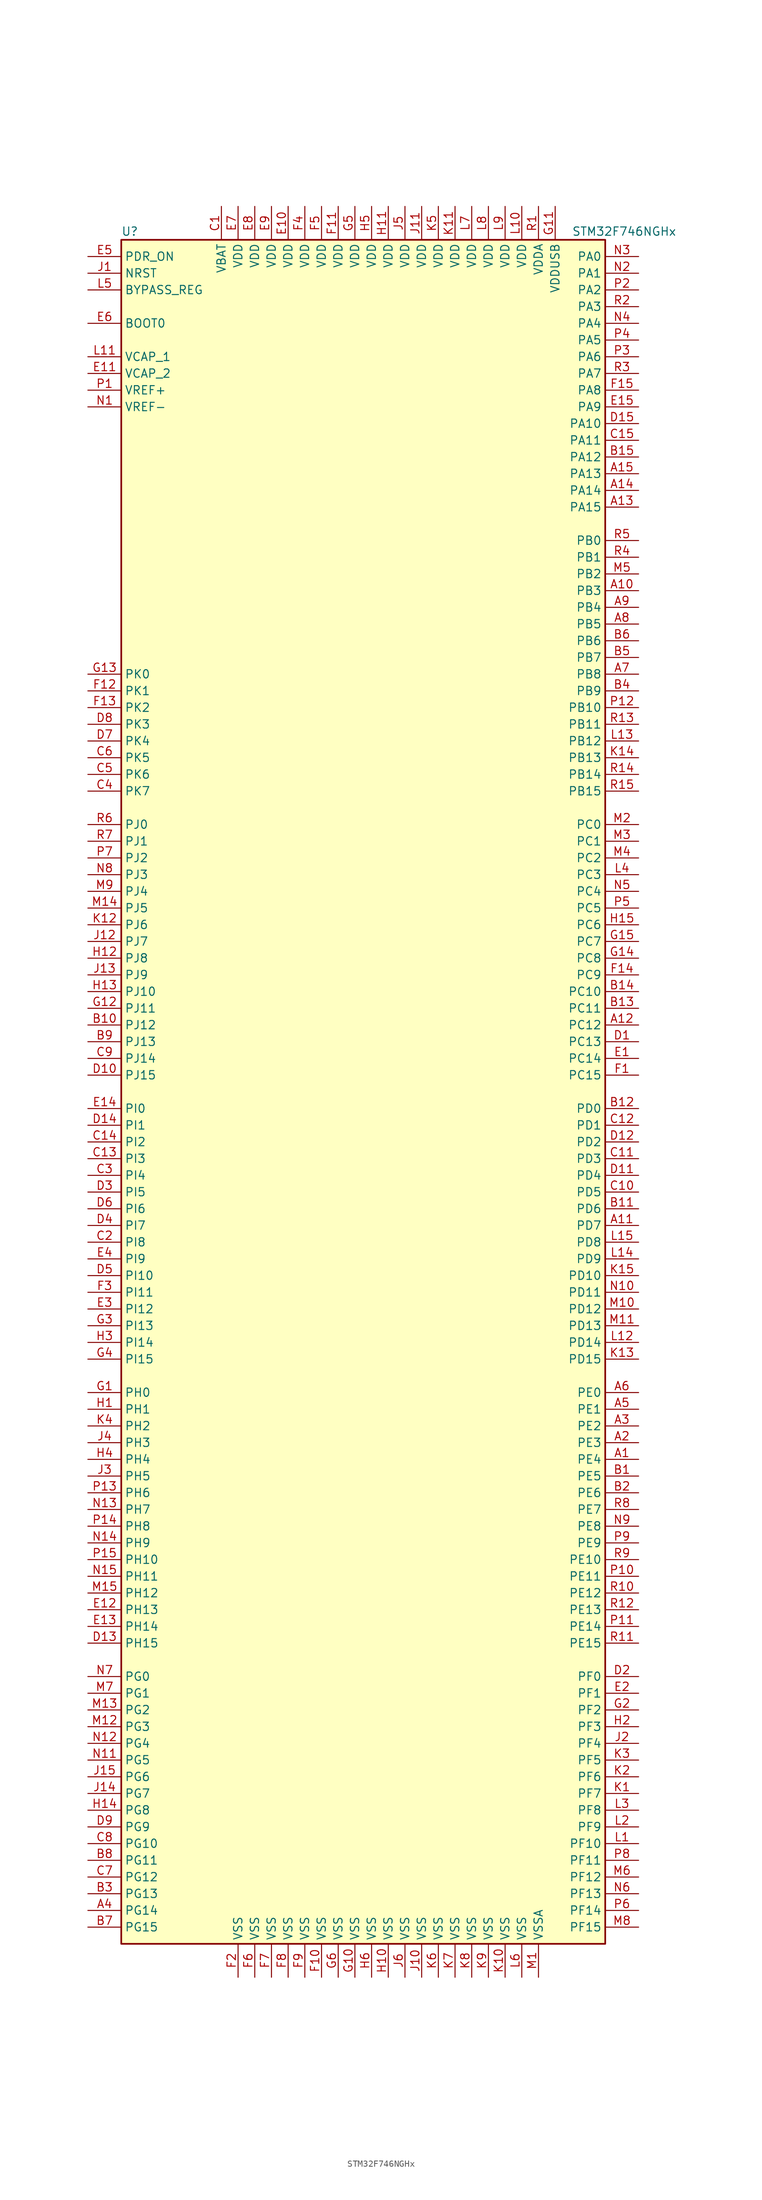
<source format=kicad_sym>
(kicad_symbol_lib
  (version 20211014)
  (generator kicad_symbol_editor)
  (symbol "STM32F746NGHx"
    (property "Reference" "U"
      (at -38.1 130.81 0)
      (effects (font (size 1.27 1.27)) (justify left)))
    (property "Value" "STM32F746NGHx"
      (at 30.48 130.81 0)
      (effects (font (size 1.27 1.27)) (justify left)))
    (symbol "STM32F746NGHx_0_1"
      (rectangle (start -38.1 -129.54) (end 35.56 129.54) (stroke (width 0.254) (type default) (color 0 0 0 0)) (fill (type background))))
    (symbol "STM32F746NGHx_1_1"
      (pin bidirectional line (at 40.64 -55.88 180) (length 5.08) (name "PE4" (effects (font (size 1.27 1.27)))) (number "A1" (effects (font (size 1.27 1.27)))))
      (pin bidirectional line (at 40.64 76.2 180) (length 5.08) (name "PB3" (effects (font (size 1.27 1.27)))) (number "A10" (effects (font (size 1.27 1.27)))))
      (pin bidirectional line (at 40.64 -20.32 180) (length 5.08) (name "PD7" (effects (font (size 1.27 1.27)))) (number "A11" (effects (font (size 1.27 1.27)))))
      (pin bidirectional line (at 40.64 10.16 180) (length 5.08) (name "PC12" (effects (font (size 1.27 1.27)))) (number "A12" (effects (font (size 1.27 1.27)))))
      (pin bidirectional line (at 40.64 88.9 180) (length 5.08) (name "PA15" (effects (font (size 1.27 1.27)))) (number "A13" (effects (font (size 1.27 1.27)))))
      (pin bidirectional line (at 40.64 91.44 180) (length 5.08) (name "PA14" (effects (font (size 1.27 1.27)))) (number "A14" (effects (font (size 1.27 1.27)))))
      (pin bidirectional line (at 40.64 93.98 180) (length 5.08) (name "PA13" (effects (font (size 1.27 1.27)))) (number "A15" (effects (font (size 1.27 1.27)))))
      (pin bidirectional line (at 40.64 -53.34 180) (length 5.08) (name "PE3" (effects (font (size 1.27 1.27)))) (number "A2" (effects (font (size 1.27 1.27)))))
      (pin bidirectional line (at 40.64 -50.8 180) (length 5.08) (name "PE2" (effects (font (size 1.27 1.27)))) (number "A3" (effects (font (size 1.27 1.27)))))
      (pin bidirectional line (at -43.18 -124.46 0) (length 5.08) (name "PG14" (effects (font (size 1.27 1.27)))) (number "A4" (effects (font (size 1.27 1.27)))))
      (pin bidirectional line (at 40.64 -48.26 180) (length 5.08) (name "PE1" (effects (font (size 1.27 1.27)))) (number "A5" (effects (font (size 1.27 1.27)))))
      (pin bidirectional line (at 40.64 -45.72 180) (length 5.08) (name "PE0" (effects (font (size 1.27 1.27)))) (number "A6" (effects (font (size 1.27 1.27)))))
      (pin bidirectional line (at 40.64 63.5 180) (length 5.08) (name "PB8" (effects (font (size 1.27 1.27)))) (number "A7" (effects (font (size 1.27 1.27)))))
      (pin bidirectional line (at 40.64 71.12 180) (length 5.08) (name "PB5" (effects (font (size 1.27 1.27)))) (number "A8" (effects (font (size 1.27 1.27)))))
      (pin bidirectional line (at 40.64 73.66 180) (length 5.08) (name "PB4" (effects (font (size 1.27 1.27)))) (number "A9" (effects (font (size 1.27 1.27)))))
      (pin bidirectional line (at 40.64 -58.42 180) (length 5.08) (name "PE5" (effects (font (size 1.27 1.27)))) (number "B1" (effects (font (size 1.27 1.27)))))
      (pin bidirectional line (at -43.18 10.16 0) (length 5.08) (name "PJ12" (effects (font (size 1.27 1.27)))) (number "B10" (effects (font (size 1.27 1.27)))))
      (pin bidirectional line (at 40.64 -17.78 180) (length 5.08) (name "PD6" (effects (font (size 1.27 1.27)))) (number "B11" (effects (font (size 1.27 1.27)))))
      (pin bidirectional line (at 40.64 -2.54 180) (length 5.08) (name "PD0" (effects (font (size 1.27 1.27)))) (number "B12" (effects (font (size 1.27 1.27)))))
      (pin bidirectional line (at 40.64 12.7 180) (length 5.08) (name "PC11" (effects (font (size 1.27 1.27)))) (number "B13" (effects (font (size 1.27 1.27)))))
      (pin bidirectional line (at 40.64 15.24 180) (length 5.08) (name "PC10" (effects (font (size 1.27 1.27)))) (number "B14" (effects (font (size 1.27 1.27)))))
      (pin bidirectional line (at 40.64 96.52 180) (length 5.08) (name "PA12" (effects (font (size 1.27 1.27)))) (number "B15" (effects (font (size 1.27 1.27)))))
      (pin bidirectional line (at 40.64 -60.96 180) (length 5.08) (name "PE6" (effects (font (size 1.27 1.27)))) (number "B2" (effects (font (size 1.27 1.27)))))
      (pin bidirectional line (at -43.18 -121.92 0) (length 5.08) (name "PG13" (effects (font (size 1.27 1.27)))) (number "B3" (effects (font (size 1.27 1.27)))))
      (pin bidirectional line (at 40.64 60.96 180) (length 5.08) (name "PB9" (effects (font (size 1.27 1.27)))) (number "B4" (effects (font (size 1.27 1.27)))))
      (pin bidirectional line (at 40.64 66.04 180) (length 5.08) (name "PB7" (effects (font (size 1.27 1.27)))) (number "B5" (effects (font (size 1.27 1.27)))))
      (pin bidirectional line (at 40.64 68.58 180) (length 5.08) (name "PB6" (effects (font (size 1.27 1.27)))) (number "B6" (effects (font (size 1.27 1.27)))))
      (pin bidirectional line (at -43.18 -127 0) (length 5.08) (name "PG15" (effects (font (size 1.27 1.27)))) (number "B7" (effects (font (size 1.27 1.27)))))
      (pin bidirectional line (at -43.18 -116.84 0) (length 5.08) (name "PG11" (effects (font (size 1.27 1.27)))) (number "B8" (effects (font (size 1.27 1.27)))))
      (pin bidirectional line (at -43.18 7.62 0) (length 5.08) (name "PJ13" (effects (font (size 1.27 1.27)))) (number "B9" (effects (font (size 1.27 1.27)))))
      (pin power_in line (at -22.86 134.62 270) (length 5.08) (name "VBAT" (effects (font (size 1.27 1.27)))) (number "C1" (effects (font (size 1.27 1.27)))))
      (pin bidirectional line (at 40.64 -15.24 180) (length 5.08) (name "PD5" (effects (font (size 1.27 1.27)))) (number "C10" (effects (font (size 1.27 1.27)))))
      (pin bidirectional line (at 40.64 -10.16 180) (length 5.08) (name "PD3" (effects (font (size 1.27 1.27)))) (number "C11" (effects (font (size 1.27 1.27)))))
      (pin bidirectional line (at 40.64 -5.08 180) (length 5.08) (name "PD1" (effects (font (size 1.27 1.27)))) (number "C12" (effects (font (size 1.27 1.27)))))
      (pin bidirectional line (at -43.18 -10.16 0) (length 5.08) (name "PI3" (effects (font (size 1.27 1.27)))) (number "C13" (effects (font (size 1.27 1.27)))))
      (pin bidirectional line (at -43.18 -7.62 0) (length 5.08) (name "PI2" (effects (font (size 1.27 1.27)))) (number "C14" (effects (font (size 1.27 1.27)))))
      (pin bidirectional line (at 40.64 99.06 180) (length 5.08) (name "PA11" (effects (font (size 1.27 1.27)))) (number "C15" (effects (font (size 1.27 1.27)))))
      (pin bidirectional line (at -43.18 -22.86 0) (length 5.08) (name "PI8" (effects (font (size 1.27 1.27)))) (number "C2" (effects (font (size 1.27 1.27)))))
      (pin bidirectional line (at -43.18 -12.7 0) (length 5.08) (name "PI4" (effects (font (size 1.27 1.27)))) (number "C3" (effects (font (size 1.27 1.27)))))
      (pin bidirectional line (at -43.18 45.72 0) (length 5.08) (name "PK7" (effects (font (size 1.27 1.27)))) (number "C4" (effects (font (size 1.27 1.27)))))
      (pin bidirectional line (at -43.18 48.26 0) (length 5.08) (name "PK6" (effects (font (size 1.27 1.27)))) (number "C5" (effects (font (size 1.27 1.27)))))
      (pin bidirectional line (at -43.18 50.8 0) (length 5.08) (name "PK5" (effects (font (size 1.27 1.27)))) (number "C6" (effects (font (size 1.27 1.27)))))
      (pin bidirectional line (at -43.18 -119.38 0) (length 5.08) (name "PG12" (effects (font (size 1.27 1.27)))) (number "C7" (effects (font (size 1.27 1.27)))))
      (pin bidirectional line (at -43.18 -114.3 0) (length 5.08) (name "PG10" (effects (font (size 1.27 1.27)))) (number "C8" (effects (font (size 1.27 1.27)))))
      (pin bidirectional line (at -43.18 5.08 0) (length 5.08) (name "PJ14" (effects (font (size 1.27 1.27)))) (number "C9" (effects (font (size 1.27 1.27)))))
      (pin bidirectional line (at 40.64 7.62 180) (length 5.08) (name "PC13" (effects (font (size 1.27 1.27)))) (number "D1" (effects (font (size 1.27 1.27)))))
      (pin bidirectional line (at -43.18 2.54 0) (length 5.08) (name "PJ15" (effects (font (size 1.27 1.27)))) (number "D10" (effects (font (size 1.27 1.27)))))
      (pin bidirectional line (at 40.64 -12.7 180) (length 5.08) (name "PD4" (effects (font (size 1.27 1.27)))) (number "D11" (effects (font (size 1.27 1.27)))))
      (pin bidirectional line (at 40.64 -7.62 180) (length 5.08) (name "PD2" (effects (font (size 1.27 1.27)))) (number "D12" (effects (font (size 1.27 1.27)))))
      (pin bidirectional line (at -43.18 -83.82 0) (length 5.08) (name "PH15" (effects (font (size 1.27 1.27)))) (number "D13" (effects (font (size 1.27 1.27)))))
      (pin bidirectional line (at -43.18 -5.08 0) (length 5.08) (name "PI1" (effects (font (size 1.27 1.27)))) (number "D14" (effects (font (size 1.27 1.27)))))
      (pin bidirectional line (at 40.64 101.6 180) (length 5.08) (name "PA10" (effects (font (size 1.27 1.27)))) (number "D15" (effects (font (size 1.27 1.27)))))
      (pin bidirectional line (at 40.64 -88.9 180) (length 5.08) (name "PF0" (effects (font (size 1.27 1.27)))) (number "D2" (effects (font (size 1.27 1.27)))))
      (pin bidirectional line (at -43.18 -15.24 0) (length 5.08) (name "PI5" (effects (font (size 1.27 1.27)))) (number "D3" (effects (font (size 1.27 1.27)))))
      (pin bidirectional line (at -43.18 -20.32 0) (length 5.08) (name "PI7" (effects (font (size 1.27 1.27)))) (number "D4" (effects (font (size 1.27 1.27)))))
      (pin bidirectional line (at -43.18 -27.94 0) (length 5.08) (name "PI10" (effects (font (size 1.27 1.27)))) (number "D5" (effects (font (size 1.27 1.27)))))
      (pin bidirectional line (at -43.18 -17.78 0) (length 5.08) (name "PI6" (effects (font (size 1.27 1.27)))) (number "D6" (effects (font (size 1.27 1.27)))))
      (pin bidirectional line (at -43.18 53.34 0) (length 5.08) (name "PK4" (effects (font (size 1.27 1.27)))) (number "D7" (effects (font (size 1.27 1.27)))))
      (pin bidirectional line (at -43.18 55.88 0) (length 5.08) (name "PK3" (effects (font (size 1.27 1.27)))) (number "D8" (effects (font (size 1.27 1.27)))))
      (pin bidirectional line (at -43.18 -111.76 0) (length 5.08) (name "PG9" (effects (font (size 1.27 1.27)))) (number "D9" (effects (font (size 1.27 1.27)))))
      (pin bidirectional line (at 40.64 5.08 180) (length 5.08) (name "PC14" (effects (font (size 1.27 1.27)))) (number "E1" (effects (font (size 1.27 1.27)))))
      (pin power_in line (at -12.7 134.62 270) (length 5.08) (name "VDD" (effects (font (size 1.27 1.27)))) (number "E10" (effects (font (size 1.27 1.27)))))
      (pin power_in line (at -43.18 109.22 0) (length 5.08) (name "VCAP_2" (effects (font (size 1.27 1.27)))) (number "E11" (effects (font (size 1.27 1.27)))))
      (pin bidirectional line (at -43.18 -78.74 0) (length 5.08) (name "PH13" (effects (font (size 1.27 1.27)))) (number "E12" (effects (font (size 1.27 1.27)))))
      (pin bidirectional line (at -43.18 -81.28 0) (length 5.08) (name "PH14" (effects (font (size 1.27 1.27)))) (number "E13" (effects (font (size 1.27 1.27)))))
      (pin bidirectional line (at -43.18 -2.54 0) (length 5.08) (name "PI0" (effects (font (size 1.27 1.27)))) (number "E14" (effects (font (size 1.27 1.27)))))
      (pin bidirectional line (at 40.64 104.14 180) (length 5.08) (name "PA9" (effects (font (size 1.27 1.27)))) (number "E15" (effects (font (size 1.27 1.27)))))
      (pin bidirectional line (at 40.64 -91.44 180) (length 5.08) (name "PF1" (effects (font (size 1.27 1.27)))) (number "E2" (effects (font (size 1.27 1.27)))))
      (pin bidirectional line (at -43.18 -33.02 0) (length 5.08) (name "PI12" (effects (font (size 1.27 1.27)))) (number "E3" (effects (font (size 1.27 1.27)))))
      (pin bidirectional line (at -43.18 -25.4 0) (length 5.08) (name "PI9" (effects (font (size 1.27 1.27)))) (number "E4" (effects (font (size 1.27 1.27)))))
      (pin input line (at -43.18 127 0) (length 5.08) (name "PDR_ON" (effects (font (size 1.27 1.27)))) (number "E5" (effects (font (size 1.27 1.27)))))
      (pin input line (at -43.18 116.84 0) (length 5.08) (name "BOOT0" (effects (font (size 1.27 1.27)))) (number "E6" (effects (font (size 1.27 1.27)))))
      (pin power_in line (at -20.32 134.62 270) (length 5.08) (name "VDD" (effects (font (size 1.27 1.27)))) (number "E7" (effects (font (size 1.27 1.27)))))
      (pin power_in line (at -17.78 134.62 270) (length 5.08) (name "VDD" (effects (font (size 1.27 1.27)))) (number "E8" (effects (font (size 1.27 1.27)))))
      (pin power_in line (at -15.24 134.62 270) (length 5.08) (name "VDD" (effects (font (size 1.27 1.27)))) (number "E9" (effects (font (size 1.27 1.27)))))
      (pin bidirectional line (at 40.64 2.54 180) (length 5.08) (name "PC15" (effects (font (size 1.27 1.27)))) (number "F1" (effects (font (size 1.27 1.27)))))
      (pin power_in line (at -7.62 -134.62 90) (length 5.08) (name "VSS" (effects (font (size 1.27 1.27)))) (number "F10" (effects (font (size 1.27 1.27)))))
      (pin power_in line (at -5.08 134.62 270) (length 5.08) (name "VDD" (effects (font (size 1.27 1.27)))) (number "F11" (effects (font (size 1.27 1.27)))))
      (pin bidirectional line (at -43.18 60.96 0) (length 5.08) (name "PK1" (effects (font (size 1.27 1.27)))) (number "F12" (effects (font (size 1.27 1.27)))))
      (pin bidirectional line (at -43.18 58.42 0) (length 5.08) (name "PK2" (effects (font (size 1.27 1.27)))) (number "F13" (effects (font (size 1.27 1.27)))))
      (pin bidirectional line (at 40.64 17.78 180) (length 5.08) (name "PC9" (effects (font (size 1.27 1.27)))) (number "F14" (effects (font (size 1.27 1.27)))))
      (pin bidirectional line (at 40.64 106.68 180) (length 5.08) (name "PA8" (effects (font (size 1.27 1.27)))) (number "F15" (effects (font (size 1.27 1.27)))))
      (pin power_in line (at -20.32 -134.62 90) (length 5.08) (name "VSS" (effects (font (size 1.27 1.27)))) (number "F2" (effects (font (size 1.27 1.27)))))
      (pin bidirectional line (at -43.18 -30.48 0) (length 5.08) (name "PI11" (effects (font (size 1.27 1.27)))) (number "F3" (effects (font (size 1.27 1.27)))))
      (pin power_in line (at -10.16 134.62 270) (length 5.08) (name "VDD" (effects (font (size 1.27 1.27)))) (number "F4" (effects (font (size 1.27 1.27)))))
      (pin power_in line (at -7.62 134.62 270) (length 5.08) (name "VDD" (effects (font (size 1.27 1.27)))) (number "F5" (effects (font (size 1.27 1.27)))))
      (pin power_in line (at -17.78 -134.62 90) (length 5.08) (name "VSS" (effects (font (size 1.27 1.27)))) (number "F6" (effects (font (size 1.27 1.27)))))
      (pin power_in line (at -15.24 -134.62 90) (length 5.08) (name "VSS" (effects (font (size 1.27 1.27)))) (number "F7" (effects (font (size 1.27 1.27)))))
      (pin power_in line (at -12.7 -134.62 90) (length 5.08) (name "VSS" (effects (font (size 1.27 1.27)))) (number "F8" (effects (font (size 1.27 1.27)))))
      (pin power_in line (at -10.16 -134.62 90) (length 5.08) (name "VSS" (effects (font (size 1.27 1.27)))) (number "F9" (effects (font (size 1.27 1.27)))))
      (pin input line (at -43.18 -45.72 0) (length 5.08) (name "PH0" (effects (font (size 1.27 1.27)))) (number "G1" (effects (font (size 1.27 1.27)))))
      (pin power_in line (at -2.54 -134.62 90) (length 5.08) (name "VSS" (effects (font (size 1.27 1.27)))) (number "G10" (effects (font (size 1.27 1.27)))))
      (pin power_in line (at 27.94 134.62 270) (length 5.08) (name "VDDUSB" (effects (font (size 1.27 1.27)))) (number "G11" (effects (font (size 1.27 1.27)))))
      (pin bidirectional line (at -43.18 12.7 0) (length 5.08) (name "PJ11" (effects (font (size 1.27 1.27)))) (number "G12" (effects (font (size 1.27 1.27)))))
      (pin bidirectional line (at -43.18 63.5 0) (length 5.08) (name "PK0" (effects (font (size 1.27 1.27)))) (number "G13" (effects (font (size 1.27 1.27)))))
      (pin bidirectional line (at 40.64 20.32 180) (length 5.08) (name "PC8" (effects (font (size 1.27 1.27)))) (number "G14" (effects (font (size 1.27 1.27)))))
      (pin bidirectional line (at 40.64 22.86 180) (length 5.08) (name "PC7" (effects (font (size 1.27 1.27)))) (number "G15" (effects (font (size 1.27 1.27)))))
      (pin bidirectional line (at 40.64 -93.98 180) (length 5.08) (name "PF2" (effects (font (size 1.27 1.27)))) (number "G2" (effects (font (size 1.27 1.27)))))
      (pin bidirectional line (at -43.18 -35.56 0) (length 5.08) (name "PI13" (effects (font (size 1.27 1.27)))) (number "G3" (effects (font (size 1.27 1.27)))))
      (pin bidirectional line (at -43.18 -40.64 0) (length 5.08) (name "PI15" (effects (font (size 1.27 1.27)))) (number "G4" (effects (font (size 1.27 1.27)))))
      (pin power_in line (at -2.54 134.62 270) (length 5.08) (name "VDD" (effects (font (size 1.27 1.27)))) (number "G5" (effects (font (size 1.27 1.27)))))
      (pin power_in line (at -5.08 -134.62 90) (length 5.08) (name "VSS" (effects (font (size 1.27 1.27)))) (number "G6" (effects (font (size 1.27 1.27)))))
      (pin input line (at -43.18 -48.26 0) (length 5.08) (name "PH1" (effects (font (size 1.27 1.27)))) (number "H1" (effects (font (size 1.27 1.27)))))
      (pin power_in line (at 2.54 -134.62 90) (length 5.08) (name "VSS" (effects (font (size 1.27 1.27)))) (number "H10" (effects (font (size 1.27 1.27)))))
      (pin power_in line (at 2.54 134.62 270) (length 5.08) (name "VDD" (effects (font (size 1.27 1.27)))) (number "H11" (effects (font (size 1.27 1.27)))))
      (pin bidirectional line (at -43.18 20.32 0) (length 5.08) (name "PJ8" (effects (font (size 1.27 1.27)))) (number "H12" (effects (font (size 1.27 1.27)))))
      (pin bidirectional line (at -43.18 15.24 0) (length 5.08) (name "PJ10" (effects (font (size 1.27 1.27)))) (number "H13" (effects (font (size 1.27 1.27)))))
      (pin bidirectional line (at -43.18 -109.22 0) (length 5.08) (name "PG8" (effects (font (size 1.27 1.27)))) (number "H14" (effects (font (size 1.27 1.27)))))
      (pin bidirectional line (at 40.64 25.4 180) (length 5.08) (name "PC6" (effects (font (size 1.27 1.27)))) (number "H15" (effects (font (size 1.27 1.27)))))
      (pin bidirectional line (at 40.64 -96.52 180) (length 5.08) (name "PF3" (effects (font (size 1.27 1.27)))) (number "H2" (effects (font (size 1.27 1.27)))))
      (pin bidirectional line (at -43.18 -38.1 0) (length 5.08) (name "PI14" (effects (font (size 1.27 1.27)))) (number "H3" (effects (font (size 1.27 1.27)))))
      (pin bidirectional line (at -43.18 -55.88 0) (length 5.08) (name "PH4" (effects (font (size 1.27 1.27)))) (number "H4" (effects (font (size 1.27 1.27)))))
      (pin power_in line (at 0 134.62 270) (length 5.08) (name "VDD" (effects (font (size 1.27 1.27)))) (number "H5" (effects (font (size 1.27 1.27)))))
      (pin power_in line (at 0 -134.62 90) (length 5.08) (name "VSS" (effects (font (size 1.27 1.27)))) (number "H6" (effects (font (size 1.27 1.27)))))
      (pin input line (at -43.18 124.46 0) (length 5.08) (name "NRST" (effects (font (size 1.27 1.27)))) (number "J1" (effects (font (size 1.27 1.27)))))
      (pin power_in line (at 7.62 -134.62 90) (length 5.08) (name "VSS" (effects (font (size 1.27 1.27)))) (number "J10" (effects (font (size 1.27 1.27)))))
      (pin power_in line (at 7.62 134.62 270) (length 5.08) (name "VDD" (effects (font (size 1.27 1.27)))) (number "J11" (effects (font (size 1.27 1.27)))))
      (pin bidirectional line (at -43.18 22.86 0) (length 5.08) (name "PJ7" (effects (font (size 1.27 1.27)))) (number "J12" (effects (font (size 1.27 1.27)))))
      (pin bidirectional line (at -43.18 17.78 0) (length 5.08) (name "PJ9" (effects (font (size 1.27 1.27)))) (number "J13" (effects (font (size 1.27 1.27)))))
      (pin bidirectional line (at -43.18 -106.68 0) (length 5.08) (name "PG7" (effects (font (size 1.27 1.27)))) (number "J14" (effects (font (size 1.27 1.27)))))
      (pin bidirectional line (at -43.18 -104.14 0) (length 5.08) (name "PG6" (effects (font (size 1.27 1.27)))) (number "J15" (effects (font (size 1.27 1.27)))))
      (pin bidirectional line (at 40.64 -99.06 180) (length 5.08) (name "PF4" (effects (font (size 1.27 1.27)))) (number "J2" (effects (font (size 1.27 1.27)))))
      (pin bidirectional line (at -43.18 -58.42 0) (length 5.08) (name "PH5" (effects (font (size 1.27 1.27)))) (number "J3" (effects (font (size 1.27 1.27)))))
      (pin bidirectional line (at -43.18 -53.34 0) (length 5.08) (name "PH3" (effects (font (size 1.27 1.27)))) (number "J4" (effects (font (size 1.27 1.27)))))
      (pin power_in line (at 5.08 134.62 270) (length 5.08) (name "VDD" (effects (font (size 1.27 1.27)))) (number "J5" (effects (font (size 1.27 1.27)))))
      (pin power_in line (at 5.08 -134.62 90) (length 5.08) (name "VSS" (effects (font (size 1.27 1.27)))) (number "J6" (effects (font (size 1.27 1.27)))))
      (pin bidirectional line (at 40.64 -106.68 180) (length 5.08) (name "PF7" (effects (font (size 1.27 1.27)))) (number "K1" (effects (font (size 1.27 1.27)))))
      (pin power_in line (at 20.32 -134.62 90) (length 5.08) (name "VSS" (effects (font (size 1.27 1.27)))) (number "K10" (effects (font (size 1.27 1.27)))))
      (pin power_in line (at 12.7 134.62 270) (length 5.08) (name "VDD" (effects (font (size 1.27 1.27)))) (number "K11" (effects (font (size 1.27 1.27)))))
      (pin bidirectional line (at -43.18 25.4 0) (length 5.08) (name "PJ6" (effects (font (size 1.27 1.27)))) (number "K12" (effects (font (size 1.27 1.27)))))
      (pin bidirectional line (at 40.64 -40.64 180) (length 5.08) (name "PD15" (effects (font (size 1.27 1.27)))) (number "K13" (effects (font (size 1.27 1.27)))))
      (pin bidirectional line (at 40.64 50.8 180) (length 5.08) (name "PB13" (effects (font (size 1.27 1.27)))) (number "K14" (effects (font (size 1.27 1.27)))))
      (pin bidirectional line (at 40.64 -27.94 180) (length 5.08) (name "PD10" (effects (font (size 1.27 1.27)))) (number "K15" (effects (font (size 1.27 1.27)))))
      (pin bidirectional line (at 40.64 -104.14 180) (length 5.08) (name "PF6" (effects (font (size 1.27 1.27)))) (number "K2" (effects (font (size 1.27 1.27)))))
      (pin bidirectional line (at 40.64 -101.6 180) (length 5.08) (name "PF5" (effects (font (size 1.27 1.27)))) (number "K3" (effects (font (size 1.27 1.27)))))
      (pin bidirectional line (at -43.18 -50.8 0) (length 5.08) (name "PH2" (effects (font (size 1.27 1.27)))) (number "K4" (effects (font (size 1.27 1.27)))))
      (pin power_in line (at 10.16 134.62 270) (length 5.08) (name "VDD" (effects (font (size 1.27 1.27)))) (number "K5" (effects (font (size 1.27 1.27)))))
      (pin power_in line (at 10.16 -134.62 90) (length 5.08) (name "VSS" (effects (font (size 1.27 1.27)))) (number "K6" (effects (font (size 1.27 1.27)))))
      (pin power_in line (at 12.7 -134.62 90) (length 5.08) (name "VSS" (effects (font (size 1.27 1.27)))) (number "K7" (effects (font (size 1.27 1.27)))))
      (pin power_in line (at 15.24 -134.62 90) (length 5.08) (name "VSS" (effects (font (size 1.27 1.27)))) (number "K8" (effects (font (size 1.27 1.27)))))
      (pin power_in line (at 17.78 -134.62 90) (length 5.08) (name "VSS" (effects (font (size 1.27 1.27)))) (number "K9" (effects (font (size 1.27 1.27)))))
      (pin bidirectional line (at 40.64 -114.3 180) (length 5.08) (name "PF10" (effects (font (size 1.27 1.27)))) (number "L1" (effects (font (size 1.27 1.27)))))
      (pin power_in line (at 22.86 134.62 270) (length 5.08) (name "VDD" (effects (font (size 1.27 1.27)))) (number "L10" (effects (font (size 1.27 1.27)))))
      (pin power_in line (at -43.18 111.76 0) (length 5.08) (name "VCAP_1" (effects (font (size 1.27 1.27)))) (number "L11" (effects (font (size 1.27 1.27)))))
      (pin bidirectional line (at 40.64 -38.1 180) (length 5.08) (name "PD14" (effects (font (size 1.27 1.27)))) (number "L12" (effects (font (size 1.27 1.27)))))
      (pin bidirectional line (at 40.64 53.34 180) (length 5.08) (name "PB12" (effects (font (size 1.27 1.27)))) (number "L13" (effects (font (size 1.27 1.27)))))
      (pin bidirectional line (at 40.64 -25.4 180) (length 5.08) (name "PD9" (effects (font (size 1.27 1.27)))) (number "L14" (effects (font (size 1.27 1.27)))))
      (pin bidirectional line (at 40.64 -22.86 180) (length 5.08) (name "PD8" (effects (font (size 1.27 1.27)))) (number "L15" (effects (font (size 1.27 1.27)))))
      (pin bidirectional line (at 40.64 -111.76 180) (length 5.08) (name "PF9" (effects (font (size 1.27 1.27)))) (number "L2" (effects (font (size 1.27 1.27)))))
      (pin bidirectional line (at 40.64 -109.22 180) (length 5.08) (name "PF8" (effects (font (size 1.27 1.27)))) (number "L3" (effects (font (size 1.27 1.27)))))
      (pin bidirectional line (at 40.64 33.02 180) (length 5.08) (name "PC3" (effects (font (size 1.27 1.27)))) (number "L4" (effects (font (size 1.27 1.27)))))
      (pin input line (at -43.18 121.92 0) (length 5.08) (name "BYPASS_REG" (effects (font (size 1.27 1.27)))) (number "L5" (effects (font (size 1.27 1.27)))))
      (pin power_in line (at 22.86 -134.62 90) (length 5.08) (name "VSS" (effects (font (size 1.27 1.27)))) (number "L6" (effects (font (size 1.27 1.27)))))
      (pin power_in line (at 15.24 134.62 270) (length 5.08) (name "VDD" (effects (font (size 1.27 1.27)))) (number "L7" (effects (font (size 1.27 1.27)))))
      (pin power_in line (at 17.78 134.62 270) (length 5.08) (name "VDD" (effects (font (size 1.27 1.27)))) (number "L8" (effects (font (size 1.27 1.27)))))
      (pin power_in line (at 20.32 134.62 270) (length 5.08) (name "VDD" (effects (font (size 1.27 1.27)))) (number "L9" (effects (font (size 1.27 1.27)))))
      (pin power_in line (at 25.4 -134.62 90) (length 5.08) (name "VSSA" (effects (font (size 1.27 1.27)))) (number "M1" (effects (font (size 1.27 1.27)))))
      (pin bidirectional line (at 40.64 -33.02 180) (length 5.08) (name "PD12" (effects (font (size 1.27 1.27)))) (number "M10" (effects (font (size 1.27 1.27)))))
      (pin bidirectional line (at 40.64 -35.56 180) (length 5.08) (name "PD13" (effects (font (size 1.27 1.27)))) (number "M11" (effects (font (size 1.27 1.27)))))
      (pin bidirectional line (at -43.18 -96.52 0) (length 5.08) (name "PG3" (effects (font (size 1.27 1.27)))) (number "M12" (effects (font (size 1.27 1.27)))))
      (pin bidirectional line (at -43.18 -93.98 0) (length 5.08) (name "PG2" (effects (font (size 1.27 1.27)))) (number "M13" (effects (font (size 1.27 1.27)))))
      (pin bidirectional line (at -43.18 27.94 0) (length 5.08) (name "PJ5" (effects (font (size 1.27 1.27)))) (number "M14" (effects (font (size 1.27 1.27)))))
      (pin bidirectional line (at -43.18 -76.2 0) (length 5.08) (name "PH12" (effects (font (size 1.27 1.27)))) (number "M15" (effects (font (size 1.27 1.27)))))
      (pin bidirectional line (at 40.64 40.64 180) (length 5.08) (name "PC0" (effects (font (size 1.27 1.27)))) (number "M2" (effects (font (size 1.27 1.27)))))
      (pin bidirectional line (at 40.64 38.1 180) (length 5.08) (name "PC1" (effects (font (size 1.27 1.27)))) (number "M3" (effects (font (size 1.27 1.27)))))
      (pin bidirectional line (at 40.64 35.56 180) (length 5.08) (name "PC2" (effects (font (size 1.27 1.27)))) (number "M4" (effects (font (size 1.27 1.27)))))
      (pin bidirectional line (at 40.64 78.74 180) (length 5.08) (name "PB2" (effects (font (size 1.27 1.27)))) (number "M5" (effects (font (size 1.27 1.27)))))
      (pin bidirectional line (at 40.64 -119.38 180) (length 5.08) (name "PF12" (effects (font (size 1.27 1.27)))) (number "M6" (effects (font (size 1.27 1.27)))))
      (pin bidirectional line (at -43.18 -91.44 0) (length 5.08) (name "PG1" (effects (font (size 1.27 1.27)))) (number "M7" (effects (font (size 1.27 1.27)))))
      (pin bidirectional line (at 40.64 -127 180) (length 5.08) (name "PF15" (effects (font (size 1.27 1.27)))) (number "M8" (effects (font (size 1.27 1.27)))))
      (pin bidirectional line (at -43.18 30.48 0) (length 5.08) (name "PJ4" (effects (font (size 1.27 1.27)))) (number "M9" (effects (font (size 1.27 1.27)))))
      (pin power_in line (at -43.18 104.14 0) (length 5.08) (name "VREF-" (effects (font (size 1.27 1.27)))) (number "N1" (effects (font (size 1.27 1.27)))))
      (pin bidirectional line (at 40.64 -30.48 180) (length 5.08) (name "PD11" (effects (font (size 1.27 1.27)))) (number "N10" (effects (font (size 1.27 1.27)))))
      (pin bidirectional line (at -43.18 -101.6 0) (length 5.08) (name "PG5" (effects (font (size 1.27 1.27)))) (number "N11" (effects (font (size 1.27 1.27)))))
      (pin bidirectional line (at -43.18 -99.06 0) (length 5.08) (name "PG4" (effects (font (size 1.27 1.27)))) (number "N12" (effects (font (size 1.27 1.27)))))
      (pin bidirectional line (at -43.18 -63.5 0) (length 5.08) (name "PH7" (effects (font (size 1.27 1.27)))) (number "N13" (effects (font (size 1.27 1.27)))))
      (pin bidirectional line (at -43.18 -68.58 0) (length 5.08) (name "PH9" (effects (font (size 1.27 1.27)))) (number "N14" (effects (font (size 1.27 1.27)))))
      (pin bidirectional line (at -43.18 -73.66 0) (length 5.08) (name "PH11" (effects (font (size 1.27 1.27)))) (number "N15" (effects (font (size 1.27 1.27)))))
      (pin bidirectional line (at 40.64 124.46 180) (length 5.08) (name "PA1" (effects (font (size 1.27 1.27)))) (number "N2" (effects (font (size 1.27 1.27)))))
      (pin bidirectional line (at 40.64 127 180) (length 5.08) (name "PA0" (effects (font (size 1.27 1.27)))) (number "N3" (effects (font (size 1.27 1.27)))))
      (pin bidirectional line (at 40.64 116.84 180) (length 5.08) (name "PA4" (effects (font (size 1.27 1.27)))) (number "N4" (effects (font (size 1.27 1.27)))))
      (pin bidirectional line (at 40.64 30.48 180) (length 5.08) (name "PC4" (effects (font (size 1.27 1.27)))) (number "N5" (effects (font (size 1.27 1.27)))))
      (pin bidirectional line (at 40.64 -121.92 180) (length 5.08) (name "PF13" (effects (font (size 1.27 1.27)))) (number "N6" (effects (font (size 1.27 1.27)))))
      (pin bidirectional line (at -43.18 -88.9 0) (length 5.08) (name "PG0" (effects (font (size 1.27 1.27)))) (number "N7" (effects (font (size 1.27 1.27)))))
      (pin bidirectional line (at -43.18 33.02 0) (length 5.08) (name "PJ3" (effects (font (size 1.27 1.27)))) (number "N8" (effects (font (size 1.27 1.27)))))
      (pin bidirectional line (at 40.64 -66.04 180) (length 5.08) (name "PE8" (effects (font (size 1.27 1.27)))) (number "N9" (effects (font (size 1.27 1.27)))))
      (pin power_in line (at -43.18 106.68 0) (length 5.08) (name "VREF+" (effects (font (size 1.27 1.27)))) (number "P1" (effects (font (size 1.27 1.27)))))
      (pin bidirectional line (at 40.64 -73.66 180) (length 5.08) (name "PE11" (effects (font (size 1.27 1.27)))) (number "P10" (effects (font (size 1.27 1.27)))))
      (pin bidirectional line (at 40.64 -81.28 180) (length 5.08) (name "PE14" (effects (font (size 1.27 1.27)))) (number "P11" (effects (font (size 1.27 1.27)))))
      (pin bidirectional line (at 40.64 58.42 180) (length 5.08) (name "PB10" (effects (font (size 1.27 1.27)))) (number "P12" (effects (font (size 1.27 1.27)))))
      (pin bidirectional line (at -43.18 -60.96 0) (length 5.08) (name "PH6" (effects (font (size 1.27 1.27)))) (number "P13" (effects (font (size 1.27 1.27)))))
      (pin bidirectional line (at -43.18 -66.04 0) (length 5.08) (name "PH8" (effects (font (size 1.27 1.27)))) (number "P14" (effects (font (size 1.27 1.27)))))
      (pin bidirectional line (at -43.18 -71.12 0) (length 5.08) (name "PH10" (effects (font (size 1.27 1.27)))) (number "P15" (effects (font (size 1.27 1.27)))))
      (pin bidirectional line (at 40.64 121.92 180) (length 5.08) (name "PA2" (effects (font (size 1.27 1.27)))) (number "P2" (effects (font (size 1.27 1.27)))))
      (pin bidirectional line (at 40.64 111.76 180) (length 5.08) (name "PA6" (effects (font (size 1.27 1.27)))) (number "P3" (effects (font (size 1.27 1.27)))))
      (pin bidirectional line (at 40.64 114.3 180) (length 5.08) (name "PA5" (effects (font (size 1.27 1.27)))) (number "P4" (effects (font (size 1.27 1.27)))))
      (pin bidirectional line (at 40.64 27.94 180) (length 5.08) (name "PC5" (effects (font (size 1.27 1.27)))) (number "P5" (effects (font (size 1.27 1.27)))))
      (pin bidirectional line (at 40.64 -124.46 180) (length 5.08) (name "PF14" (effects (font (size 1.27 1.27)))) (number "P6" (effects (font (size 1.27 1.27)))))
      (pin bidirectional line (at -43.18 35.56 0) (length 5.08) (name "PJ2" (effects (font (size 1.27 1.27)))) (number "P7" (effects (font (size 1.27 1.27)))))
      (pin bidirectional line (at 40.64 -116.84 180) (length 5.08) (name "PF11" (effects (font (size 1.27 1.27)))) (number "P8" (effects (font (size 1.27 1.27)))))
      (pin bidirectional line (at 40.64 -68.58 180) (length 5.08) (name "PE9" (effects (font (size 1.27 1.27)))) (number "P9" (effects (font (size 1.27 1.27)))))
      (pin power_in line (at 25.4 134.62 270) (length 5.08) (name "VDDA" (effects (font (size 1.27 1.27)))) (number "R1" (effects (font (size 1.27 1.27)))))
      (pin bidirectional line (at 40.64 -76.2 180) (length 5.08) (name "PE12" (effects (font (size 1.27 1.27)))) (number "R10" (effects (font (size 1.27 1.27)))))
      (pin bidirectional line (at 40.64 -83.82 180) (length 5.08) (name "PE15" (effects (font (size 1.27 1.27)))) (number "R11" (effects (font (size 1.27 1.27)))))
      (pin bidirectional line (at 40.64 -78.74 180) (length 5.08) (name "PE13" (effects (font (size 1.27 1.27)))) (number "R12" (effects (font (size 1.27 1.27)))))
      (pin bidirectional line (at 40.64 55.88 180) (length 5.08) (name "PB11" (effects (font (size 1.27 1.27)))) (number "R13" (effects (font (size 1.27 1.27)))))
      (pin bidirectional line (at 40.64 48.26 180) (length 5.08) (name "PB14" (effects (font (size 1.27 1.27)))) (number "R14" (effects (font (size 1.27 1.27)))))
      (pin bidirectional line (at 40.64 45.72 180) (length 5.08) (name "PB15" (effects (font (size 1.27 1.27)))) (number "R15" (effects (font (size 1.27 1.27)))))
      (pin bidirectional line (at 40.64 119.38 180) (length 5.08) (name "PA3" (effects (font (size 1.27 1.27)))) (number "R2" (effects (font (size 1.27 1.27)))))
      (pin bidirectional line (at 40.64 109.22 180) (length 5.08) (name "PA7" (effects (font (size 1.27 1.27)))) (number "R3" (effects (font (size 1.27 1.27)))))
      (pin bidirectional line (at 40.64 81.28 180) (length 5.08) (name "PB1" (effects (font (size 1.27 1.27)))) (number "R4" (effects (font (size 1.27 1.27)))))
      (pin bidirectional line (at 40.64 83.82 180) (length 5.08) (name "PB0" (effects (font (size 1.27 1.27)))) (number "R5" (effects (font (size 1.27 1.27)))))
      (pin bidirectional line (at -43.18 40.64 0) (length 5.08) (name "PJ0" (effects (font (size 1.27 1.27)))) (number "R6" (effects (font (size 1.27 1.27)))))
      (pin bidirectional line (at -43.18 38.1 0) (length 5.08) (name "PJ1" (effects (font (size 1.27 1.27)))) (number "R7" (effects (font (size 1.27 1.27)))))
      (pin bidirectional line (at 40.64 -63.5 180) (length 5.08) (name "PE7" (effects (font (size 1.27 1.27)))) (number "R8" (effects (font (size 1.27 1.27)))))
      (pin bidirectional line (at 40.64 -71.12 180) (length 5.08) (name "PE10" (effects (font (size 1.27 1.27)))) (number "R9" (effects (font (size 1.27 1.27))))))))
</source>
